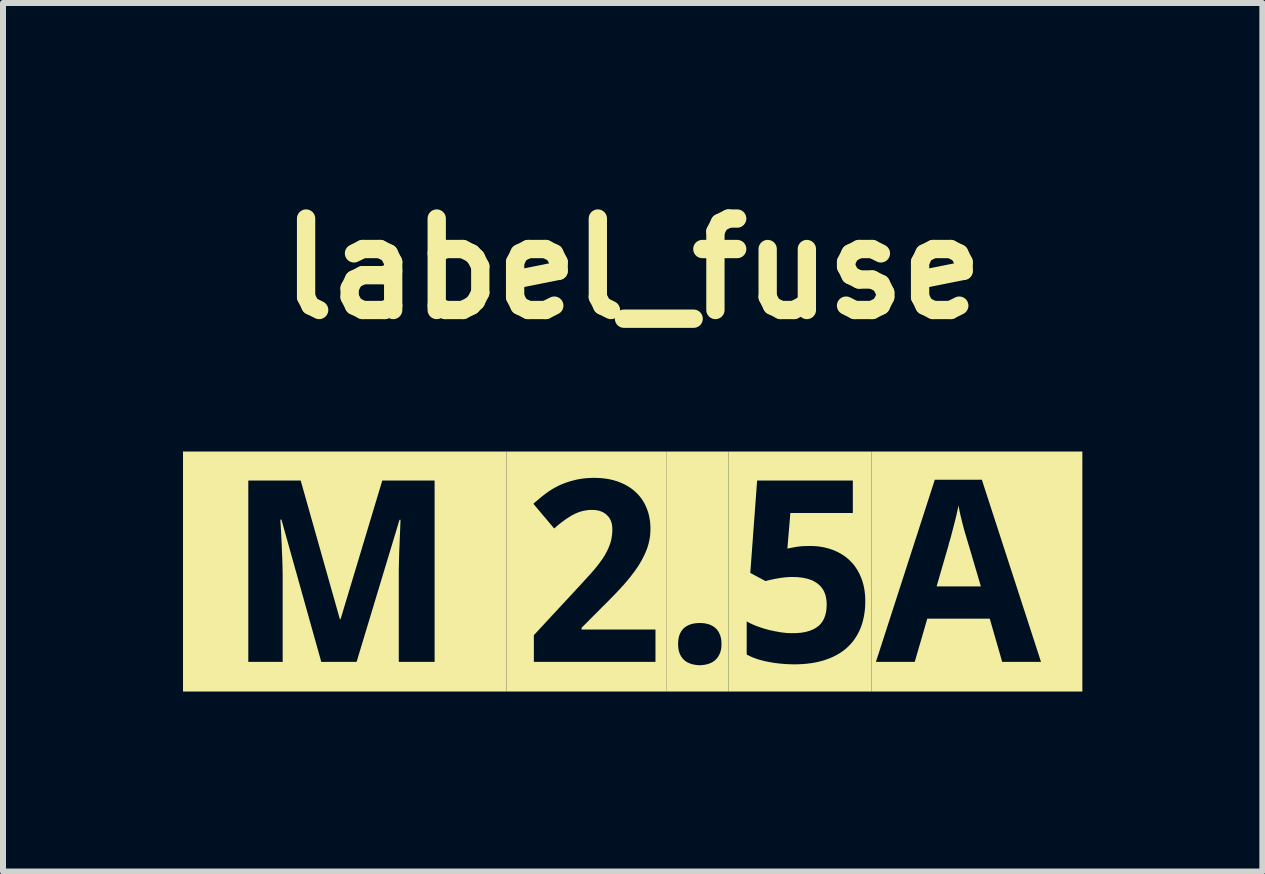
<source format=kicad_pcb>
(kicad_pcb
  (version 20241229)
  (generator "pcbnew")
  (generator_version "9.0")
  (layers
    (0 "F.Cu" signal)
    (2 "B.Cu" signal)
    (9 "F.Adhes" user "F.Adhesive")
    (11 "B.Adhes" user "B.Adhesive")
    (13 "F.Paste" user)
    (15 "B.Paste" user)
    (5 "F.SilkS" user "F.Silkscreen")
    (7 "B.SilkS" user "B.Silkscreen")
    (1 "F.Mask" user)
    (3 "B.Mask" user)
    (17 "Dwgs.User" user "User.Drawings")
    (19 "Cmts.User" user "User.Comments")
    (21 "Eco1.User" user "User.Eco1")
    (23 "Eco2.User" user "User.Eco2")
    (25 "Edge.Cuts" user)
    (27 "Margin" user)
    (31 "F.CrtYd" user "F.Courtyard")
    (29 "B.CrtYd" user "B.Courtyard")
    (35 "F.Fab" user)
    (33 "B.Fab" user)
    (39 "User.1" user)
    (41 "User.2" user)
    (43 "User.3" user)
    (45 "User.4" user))
  (footprint "label_fuse"
    (layer "F.Cu")
    (at 7.494 6.475)
    (property "Reference" "label_fuse" (at 0 -5.048 0) (layer "F.SilkS") (effects (font (size 1.524 1.524) (thickness 0.305))))
    (attr smd)
    (fp_poly (pts (xy 5.035 -1.53) (xy 3.978 -2) (xy 3.978 2) (xy 7.494 2) (xy 7.494 -2) (xy 3.978 -2) (xy 5.035 -1.53) (xy 5.819 -1.53) (xy 6.805 1.505) (xy 6.158 1.505) (xy 5.951 0.785) (xy 4.91 0.785) (xy 4.701 1.505) (xy 4.054 1.505) (xy 5.035 -1.53)) (stroke (width 0) (type solid)) (fill yes) (layer "F.SilkS"))
    (fp_poly (pts (xy 5.431 -1.104) (xy 5.428 -1.092) (xy 5.426 -1.08) (xy 5.423 -1.067) (xy 5.421 -1.054) (xy 5.418 -1.041) (xy 5.414 -1.026) (xy 5.411 -1.012) (xy 5.407 -0.996) (xy 5.405 -0.984) (xy 5.402 -0.971) (xy 5.399 -0.958) (xy 5.397 -0.945) (xy 5.394 -0.932) (xy 5.39 -0.919) (xy 5.387 -0.905) (xy 5.384 -0.892) (xy 5.38 -0.878) (xy 5.377 -0.864) (xy 5.374 -0.852) (xy 5.37 -0.839) (xy 5.367 -0.827) (xy 5.364 -0.814) (xy 5.361 -0.802) (xy 5.358 -0.789) (xy 5.355 -0.776) (xy 5.351 -0.764) (xy 5.348 -0.751) (xy 5.345 -0.738) (xy 5.341 -0.726) (xy 5.338 -0.712) (xy 5.334 -0.698) (xy 5.33 -0.684) (xy 5.327 -0.671) (xy 5.323 -0.657) (xy 5.32 -0.644) (xy 5.317 -0.631) (xy 5.313 -0.619) (xy 5.31 -0.606) (xy 5.307 -0.593) (xy 5.303 -0.58) (xy 5.299 -0.567) (xy 5.296 -0.554) (xy 5.292 -0.541) (xy 5.289 -0.529) (xy 5.285 -0.517) (xy 5.282 -0.506) (xy 5.278 -0.494) (xy 5.275 -0.484) (xy 5.271 -0.469) (xy 5.268 -0.455) (xy 5.264 -0.442) (xy 5.262 -0.432) (xy 5.259 -0.422) (xy 5.257 -0.414) (xy 5.065 0.248) (xy 5.803 0.248) (xy 5.608 -0.414) (xy 5.605 -0.422) (xy 5.603 -0.43) (xy 5.6 -0.44) (xy 5.596 -0.451) (xy 5.593 -0.463) (xy 5.589 -0.475) (xy 5.585 -0.489) (xy 5.581 -0.504) (xy 5.576 -0.519) (xy 5.571 -0.536) (xy 5.568 -0.548) (xy 5.564 -0.56) (xy 5.56 -0.573) (xy 5.557 -0.585) (xy 5.553 -0.598) (xy 5.549 -0.611) (xy 5.545 -0.624) (xy 5.541 -0.638) (xy 5.537 -0.651) (xy 5.533 -0.665) (xy 5.529 -0.679) (xy 5.525 -0.693) (xy 5.521 -0.707) (xy 5.517 -0.721) (xy 5.514 -0.734) (xy 5.51 -0.747) (xy 5.507 -0.76) (xy 5.504 -0.773) (xy 5.5 -0.786) (xy 5.497 -0.799) (xy 5.494 -0.812) (xy 5.491 -0.825) (xy 5.487 -0.838) (xy 5.484 -0.85) (xy 5.481 -0.863) (xy 5.478 -0.876) (xy 5.475 -0.889) (xy 5.472 -0.902) (xy 5.468 -0.915) (xy 5.465 -0.928) (xy 5.462 -0.944) (xy 5.458 -0.959) (xy 5.455 -0.974) (xy 5.452 -0.989) (xy 5.448 -1.003) (xy 5.446 -1.017) (xy 5.443 -1.03) (xy 5.441 -1.044) (xy 5.438 -1.056) (xy 5.436 -1.069) (xy 5.434 -1.081) (xy 5.432 -1.092) (xy 5.431 -1.104) (xy 5.431 -1.104)) (stroke (width 0) (type solid)) (fill yes) (layer "F.SilkS"))
    (fp_poly (pts (xy -7.494 -2) (xy -6.406 -1.517) (xy -5.533 -1.517) (xy -4.88 0.793) (xy -4.868 0.793) (xy -4.173 -1.517) (xy -3.301 -1.517) (xy -3.301 1.505) (xy -3.898 1.505) (xy -3.898 0.074) (xy -3.898 -0.048) (xy -3.898 -0.06) (xy -3.897 -0.073) (xy -3.897 -0.085) (xy -3.897 -0.098) (xy -3.896 -0.111) (xy -3.896 -0.124) (xy -3.896 -0.138) (xy -3.895 -0.151) (xy -3.895 -0.165) (xy -3.895 -0.178) (xy -3.894 -0.192) (xy -3.894 -0.205) (xy -3.894 -0.218) (xy -3.893 -0.231) (xy -3.893 -0.243) (xy -3.893 -0.256) (xy -3.892 -0.269) (xy -3.892 -0.282) (xy -3.891 -0.295) (xy -3.891 -0.308) (xy -3.891 -0.321) (xy -3.89 -0.334) (xy -3.89 -0.348) (xy -3.889 -0.362) (xy -3.889 -0.376) (xy -3.888 -0.39) (xy -3.887 -0.404) (xy -3.887 -0.418) (xy -3.886 -0.432) (xy -3.886 -0.446) (xy -3.885 -0.459) (xy -3.885 -0.473) (xy -3.884 -0.487) (xy -3.884 -0.5) (xy -3.883 -0.514) (xy -3.883 -0.527) (xy -3.882 -0.54) (xy -3.881 -0.554) (xy -3.881 -0.568) (xy -3.88 -0.581) (xy -3.88 -0.595) (xy -3.879 -0.608) (xy -3.878 -0.622) (xy -3.878 -0.636) (xy -3.877 -0.65) (xy -3.877 -0.664) (xy -3.876 -0.677) (xy -3.876 -0.691) (xy -3.875 -0.705) (xy -3.875 -0.719) (xy -3.874 -0.733) (xy -3.874 -0.747) (xy -3.873 -0.762) (xy -3.872 -0.776) (xy -3.872 -0.79) (xy -3.871 -0.804) (xy -3.871 -0.819) (xy -3.87 -0.833) (xy -3.87 -0.847) (xy -3.87 -0.862) (xy -3.886 -0.862) (xy -4.601 1.505) (xy -5.19 1.505) (xy -5.854 -0.866) (xy -5.872 -0.866) (xy -5.871 -0.852) (xy -5.87 -0.838) (xy -5.869 -0.824) (xy -5.869 -0.81) (xy -5.868 -0.796) (xy -5.867 -0.782) (xy -5.866 -0.768) (xy -5.865 -0.755) (xy -5.864 -0.741) (xy -5.864 -0.727) (xy -5.863 -0.713) (xy -5.862 -0.7) (xy -5.861 -0.686) (xy -5.86 -0.672) (xy -5.86 -0.659) (xy -5.859 -0.645) (xy -5.858 -0.631) (xy -5.858 -0.618) (xy -5.857 -0.605) (xy -5.856 -0.591) (xy -5.856 -0.578) (xy -5.855 -0.564) (xy -5.854 -0.551) (xy -5.854 -0.538) (xy -5.853 -0.524) (xy -5.852 -0.511) (xy -5.852 -0.498) (xy -5.851 -0.485) (xy -5.85 -0.472) (xy -5.85 -0.46) (xy -5.849 -0.447) (xy -5.849 -0.434) (xy -5.848 -0.421) (xy -5.848 -0.407) (xy -5.847 -0.394) (xy -5.847 -0.381) (xy -5.846 -0.368) (xy -5.846 -0.354) (xy -5.846 -0.341) (xy -5.845 -0.328) (xy -5.844 -0.314) (xy -5.844 -0.301) (xy -5.843 -0.288) (xy -5.842 -0.274) (xy -5.842 -0.261) (xy -5.841 -0.248) (xy -5.841 -0.235) (xy -5.84 -0.222) (xy -5.84 -0.208) (xy -5.839 -0.195) (xy -5.839 -0.182) (xy -5.838 -0.168) (xy -5.838 -0.154) (xy -5.837 -0.14) (xy -5.837 -0.126) (xy -5.836 -0.112) (xy -5.836 -0.098) (xy -5.836 -0.085) (xy -5.835 -0.071) (xy -5.835 -0.058) (xy -5.835 -0.044) (xy -5.835 -0.031) (xy -5.835 -0.017) (xy -5.834 -0.003) (xy -5.834 0.011) (xy -5.834 0.024) (xy -5.834 0.038) (xy -5.833 0.05) (xy -5.833 0.063) (xy -5.833 0.075) (xy -5.833 0.087) (xy -5.833 0.099) (xy -5.833 1.505) (xy -6.406 1.505) (xy -6.406 -1.517) (xy -7.494 -2) (xy -7.494 2) (xy -2.101 2) (xy -2.101 -2) (xy -7.494 -2)) (stroke (width 0) (type solid)) (fill yes) (layer "F.SilkS"))
    (fp_poly (pts (xy 0.568 -2) (xy 1.121 0.858) (xy 1.135 0.858) (xy 1.149 0.859) (xy 1.163 0.86) (xy 1.177 0.861) (xy 1.191 0.862) (xy 1.204 0.864) (xy 1.218 0.867) (xy 1.231 0.87) (xy 1.244 0.873) (xy 1.257 0.876) (xy 1.27 0.88) (xy 1.283 0.885) (xy 1.295 0.889) (xy 1.307 0.895) (xy 1.319 0.901) (xy 1.33 0.907) (xy 1.341 0.913) (xy 1.352 0.921) (xy 1.362 0.928) (xy 1.373 0.936) (xy 1.382 0.945) (xy 1.392 0.954) (xy 1.4 0.963) (xy 1.409 0.974) (xy 1.417 0.984) (xy 1.425 0.996) (xy 1.432 1.007) (xy 1.439 1.02) (xy 1.445 1.033) (xy 1.451 1.046) (xy 1.456 1.057) (xy 1.46 1.069) (xy 1.464 1.081) (xy 1.467 1.093) (xy 1.47 1.106) (xy 1.473 1.12) (xy 1.475 1.134) (xy 1.477 1.148) (xy 1.478 1.162) (xy 1.479 1.178) (xy 1.48 1.193) (xy 1.48 1.209) (xy 1.48 1.224) (xy 1.479 1.239) (xy 1.478 1.254) (xy 1.477 1.268) (xy 1.475 1.282) (xy 1.473 1.295) (xy 1.47 1.309) (xy 1.467 1.321) (xy 1.464 1.334) (xy 1.46 1.346) (xy 1.456 1.357) (xy 1.451 1.368) (xy 1.445 1.381) (xy 1.439 1.394) (xy 1.432 1.406) (xy 1.425 1.418) (xy 1.417 1.429) (xy 1.409 1.44) (xy 1.4 1.45) (xy 1.392 1.46) (xy 1.382 1.469) (xy 1.373 1.478) (xy 1.362 1.487) (xy 1.352 1.494) (xy 1.341 1.502) (xy 1.33 1.509) (xy 1.319 1.515) (xy 1.307 1.521) (xy 1.295 1.526) (xy 1.283 1.531) (xy 1.27 1.536) (xy 1.257 1.54) (xy 1.244 1.544) (xy 1.231 1.547) (xy 1.218 1.55) (xy 1.204 1.553) (xy 1.191 1.555) (xy 1.177 1.557) (xy 1.163 1.559) (xy 1.149 1.56) (xy 1.135 1.561) (xy 1.121 1.561) (xy 1.107 1.561) (xy 1.093 1.56) (xy 1.08 1.559) (xy 1.066 1.558) (xy 1.053 1.556) (xy 1.04 1.554) (xy 1.027 1.552) (xy 1.015 1.55) (xy 1.002 1.547) (xy 0.99 1.543) (xy 0.978 1.54) (xy 0.965 1.536) (xy 0.952 1.531) (xy 0.94 1.526) (xy 0.928 1.521) (xy 0.916 1.515) (xy 0.904 1.509) (xy 0.893 1.502) (xy 0.883 1.494) (xy 0.872 1.487) (xy 0.862 1.478) (xy 0.852 1.469) (xy 0.843 1.46) (xy 0.834 1.45) (xy 0.826 1.44) (xy 0.818 1.429) (xy 0.81 1.418) (xy 0.803 1.406) (xy 0.796 1.394) (xy 0.79 1.381) (xy 0.784 1.368) (xy 0.78 1.357) (xy 0.776 1.346) (xy 0.772 1.334) (xy 0.769 1.321) (xy 0.766 1.309) (xy 0.764 1.295) (xy 0.762 1.282) (xy 0.76 1.268) (xy 0.759 1.254) (xy 0.758 1.239) (xy 0.757 1.224) (xy 0.757 1.209) (xy 0.757 1.193) (xy 0.758 1.178) (xy 0.759 1.162) (xy 0.76 1.148) (xy 0.762 1.134) (xy 0.764 1.12) (xy 0.766 1.106) (xy 0.769 1.093) (xy 0.772 1.081) (xy 0.776 1.069) (xy 0.78 1.057) (xy 0.784 1.046) (xy 0.79 1.033) (xy 0.796 1.02) (xy 0.803 1.007) (xy 0.81 0.996) (xy 0.818 0.984) (xy 0.826 0.974) (xy 0.834 0.963) (xy 0.843 0.954) (xy 0.852 0.945) (xy 0.862 0.936) (xy 0.872 0.928) (xy 0.883 0.921) (xy 0.893 0.913) (xy 0.904 0.907) (xy 0.916 0.901) (xy 0.928 0.895) (xy 0.94 0.889) (xy 0.952 0.885) (xy 0.965 0.88) (xy 0.978 0.876) (xy 0.99 0.873) (xy 1.002 0.87) (xy 1.015 0.867) (xy 1.027 0.865) (xy 1.04 0.863) (xy 1.053 0.862) (xy 1.066 0.86) (xy 1.08 0.859) (xy 1.093 0.859) (xy 1.107 0.858) (xy 1.121 0.858) (xy 0.568 -2) (xy 0.568 2) (xy 1.599 2) (xy 1.599 -2) (xy 0.568 -2)) (stroke (width 0) (type solid)) (fill yes) (layer "F.SilkS"))
    (fp_poly (pts (xy -2.101 -2) (xy -0.641 -1.561) (xy -0.626 -1.561) (xy -0.611 -1.56) (xy -0.596 -1.56) (xy -0.582 -1.56) (xy -0.567 -1.559) (xy -0.553 -1.558) (xy -0.538 -1.557) (xy -0.524 -1.556) (xy -0.51 -1.555) (xy -0.496 -1.554) (xy -0.482 -1.552) (xy -0.469 -1.55) (xy -0.455 -1.549) (xy -0.442 -1.547) (xy -0.428 -1.545) (xy -0.415 -1.542) (xy -0.402 -1.54) (xy -0.389 -1.538) (xy -0.376 -1.535) (xy -0.363 -1.532) (xy -0.35 -1.529) (xy -0.337 -1.526) (xy -0.325 -1.523) (xy -0.312 -1.52) (xy -0.3 -1.516) (xy -0.288 -1.512) (xy -0.276 -1.509) (xy -0.264 -1.505) (xy -0.252 -1.501) (xy -0.238 -1.496) (xy -0.224 -1.491) (xy -0.211 -1.486) (xy -0.198 -1.48) (xy -0.185 -1.475) (xy -0.172 -1.469) (xy -0.159 -1.463) (xy -0.146 -1.457) (xy -0.134 -1.451) (xy -0.121 -1.445) (xy -0.109 -1.438) (xy -0.097 -1.431) (xy -0.085 -1.424) (xy -0.074 -1.417) (xy -0.062 -1.41) (xy -0.051 -1.403) (xy -0.04 -1.395) (xy -0.029 -1.388) (xy -0.018 -1.38) (xy -0.007 -1.372) (xy 0.003 -1.364) (xy 0.014 -1.355) (xy 0.024 -1.347) (xy 0.034 -1.338) (xy 0.044 -1.329) (xy 0.054 -1.32) (xy 0.063 -1.311) (xy 0.073 -1.301) (xy 0.083 -1.291) (xy 0.092 -1.282) (xy 0.101 -1.271) (xy 0.11 -1.261) (xy 0.118 -1.251) (xy 0.127 -1.24) (xy 0.135 -1.23) (xy 0.143 -1.219) (xy 0.151 -1.208) (xy 0.159 -1.197) (xy 0.166 -1.185) (xy 0.174 -1.174) (xy 0.181 -1.162) (xy 0.187 -1.15) (xy 0.194 -1.138) (xy 0.201 -1.126) (xy 0.207 -1.114) (xy 0.213 -1.101) (xy 0.219 -1.088) (xy 0.224 -1.075) (xy 0.23 -1.062) (xy 0.235 -1.05) (xy 0.24 -1.038) (xy 0.244 -1.026) (xy 0.249 -1.013) (xy 0.253 -1.001) (xy 0.257 -0.988) (xy 0.261 -0.975) (xy 0.264 -0.962) (xy 0.268 -0.949) (xy 0.271 -0.936) (xy 0.274 -0.923) (xy 0.277 -0.909) (xy 0.279 -0.896) (xy 0.282 -0.882) (xy 0.284 -0.868) (xy 0.286 -0.854) (xy 0.288 -0.84) (xy 0.29 -0.826) (xy 0.291 -0.812) (xy 0.292 -0.798) (xy 0.294 -0.783) (xy 0.294 -0.769) (xy 0.295 -0.754) (xy 0.296 -0.739) (xy 0.296 -0.724) (xy 0.296 -0.709) (xy 0.296 -0.695) (xy 0.296 -0.681) (xy 0.295 -0.667) (xy 0.294 -0.653) (xy 0.293 -0.639) (xy 0.292 -0.625) (xy 0.291 -0.611) (xy 0.29 -0.597) (xy 0.288 -0.583) (xy 0.286 -0.569) (xy 0.284 -0.555) (xy 0.282 -0.542) (xy 0.279 -0.528) (xy 0.276 -0.514) (xy 0.273 -0.501) (xy 0.27 -0.487) (xy 0.267 -0.474) (xy 0.264 -0.461) (xy 0.26 -0.447) (xy 0.256 -0.434) (xy 0.252 -0.421) (xy 0.248 -0.407) (xy 0.243 -0.394) (xy 0.239 -0.381) (xy 0.234 -0.368) (xy 0.229 -0.356) (xy 0.224 -0.343) (xy 0.219 -0.331) (xy 0.214 -0.318) (xy 0.208 -0.306) (xy 0.203 -0.294) (xy 0.197 -0.281) (xy 0.191 -0.269) (xy 0.185 -0.257) (xy 0.179 -0.245) (xy 0.173 -0.232) (xy 0.167 -0.22) (xy 0.16 -0.208) (xy 0.154 -0.196) (xy 0.147 -0.183) (xy 0.14 -0.171) (xy 0.133 -0.159) (xy 0.126 -0.147) (xy 0.119 -0.135) (xy 0.112 -0.123) (xy 0.104 -0.11) (xy 0.096 -0.098) (xy 0.089 -0.086) (xy 0.081 -0.074) (xy 0.073 -0.062) (xy 0.064 -0.05) (xy 0.057 -0.039) (xy 0.049 -0.028) (xy 0.042 -0.018) (xy 0.034 -0.007) (xy 0.026 0.004) (xy 0.018 0.014) (xy 0.011 0.025) (xy 0.002 0.036) (xy -0.006 0.046) (xy -0.014 0.057) (xy -0.022 0.068) (xy -0.031 0.079) (xy -0.039 0.089) (xy -0.048 0.1) (xy -0.056 0.111) (xy -0.065 0.121) (xy -0.074 0.132) (xy -0.083 0.143) (xy -0.092 0.153) (xy -0.101 0.164) (xy -0.11 0.175) (xy -0.119 0.186) (xy -0.128 0.196) (xy -0.138 0.207) (xy -0.147 0.218) (xy -0.157 0.228) (xy -0.166 0.239) (xy -0.176 0.25) (xy -0.186 0.26) (xy -0.195 0.27) (xy -0.204 0.28) (xy -0.213 0.29) (xy -0.222 0.3) (xy -0.232 0.31) (xy -0.241 0.32) (xy -0.25 0.33) (xy -0.26 0.34) (xy -0.269 0.35) (xy -0.279 0.36) (xy -0.288 0.37) (xy -0.298 0.38) (xy -0.307 0.39) (xy -0.317 0.4) (xy -0.327 0.41) (xy -0.337 0.42) (xy -0.346 0.43) (xy -0.356 0.44) (xy -0.366 0.45) (xy -0.376 0.46) (xy -0.386 0.47) (xy -0.396 0.481) (xy -0.406 0.491) (xy -0.416 0.501) (xy -0.426 0.511) (xy -0.436 0.521) (xy -0.447 0.531) (xy -0.457 0.542) (xy -0.467 0.552) (xy -0.477 0.562) (xy -0.488 0.572) (xy -0.852 0.938) (xy -0.852 0.967) (xy 0.38 0.967) (xy 0.38 1.505) (xy -1.647 1.505) (xy -1.647 1.06) (xy -0.936 0.294) (xy -0.926 0.282) (xy -0.915 0.271) (xy -0.905 0.26) (xy -0.895 0.25) (xy -0.885 0.239) (xy -0.875 0.228) (xy -0.865 0.217) (xy -0.856 0.207) (xy -0.846 0.196) (xy -0.836 0.186) (xy -0.827 0.175) (xy -0.817 0.165) (xy -0.808 0.154) (xy -0.799 0.144) (xy -0.789 0.134) (xy -0.78 0.124) (xy -0.771 0.114) (xy -0.762 0.104) (xy -0.753 0.094) (xy -0.744 0.084) (xy -0.735 0.074) (xy -0.727 0.065) (xy -0.718 0.055) (xy -0.709 0.046) (xy -0.701 0.036) (xy -0.692 0.027) (xy -0.682 0.016) (xy -0.673 0.005) (xy -0.663 -0.006) (xy -0.654 -0.017) (xy -0.644 -0.028) (xy -0.635 -0.039) (xy -0.626 -0.05) (xy -0.617 -0.061) (xy -0.608 -0.072) (xy -0.599 -0.083) (xy -0.591 -0.094) (xy -0.582 -0.104) (xy -0.574 -0.115) (xy -0.566 -0.126) (xy -0.557 -0.137) (xy -0.549 -0.147) (xy -0.542 -0.158) (xy -0.534 -0.169) (xy -0.526 -0.179) (xy -0.519 -0.19) (xy -0.512 -0.2) (xy -0.504 -0.211) (xy -0.496 -0.223) (xy -0.488 -0.235) (xy -0.48 -0.248) (xy -0.473 -0.26) (xy -0.465 -0.272) (xy -0.458 -0.284) (xy -0.451 -0.297) (xy -0.444 -0.309) (xy -0.438 -0.322) (xy -0.431 -0.334) (xy -0.425 -0.346) (xy -0.419 -0.359) (xy -0.413 -0.371) (xy -0.407 -0.384) (xy -0.402 -0.396) (xy -0.397 -0.409) (xy -0.392 -0.422) (xy -0.387 -0.434) (xy -0.382 -0.447) (xy -0.378 -0.459) (xy -0.373 -0.472) (xy -0.369 -0.485) (xy -0.366 -0.498) (xy -0.362 -0.511) (xy -0.359 -0.524) (xy -0.356 -0.537) (xy -0.353 -0.551) (xy -0.351 -0.564) (xy -0.349 -0.578) (xy -0.347 -0.592) (xy -0.345 -0.605) (xy -0.343 -0.619) (xy -0.342 -0.633) (xy -0.341 -0.647) (xy -0.34 -0.661) (xy -0.339 -0.676) (xy -0.339 -0.69) (xy -0.339 -0.705) (xy -0.339 -0.72) (xy -0.34 -0.735) (xy -0.341 -0.749) (xy -0.343 -0.763) (xy -0.345 -0.777) (xy -0.347 -0.79) (xy -0.35 -0.804) (xy -0.354 -0.816) (xy -0.358 -0.829) (xy -0.362 -0.841) (xy -0.367 -0.853) (xy -0.372 -0.864) (xy -0.378 -0.875) (xy -0.384 -0.886) (xy -0.391 -0.896) (xy -0.398 -0.906) (xy -0.406 -0.916) (xy -0.414 -0.925) (xy -0.423 -0.934) (xy -0.432 -0.943) (xy -0.441 -0.951) (xy -0.45 -0.959) (xy -0.46 -0.966) (xy -0.471 -0.973) (xy -0.481 -0.98) (xy -0.492 -0.986) (xy -0.503 -0.992) (xy -0.515 -0.997) (xy -0.527 -1.002) (xy -0.539 -1.006) (xy -0.551 -1.01) (xy -0.564 -1.014) (xy -0.577 -1.017) (xy -0.591 -1.02) (xy -0.604 -1.022) (xy -0.619 -1.024) (xy -0.633 -1.025) (xy -0.648 -1.026) (xy -0.663 -1.027) (xy -0.678 -1.027) (xy -0.692 -1.027) (xy -0.705 -1.027) (xy -0.719 -1.026) (xy -0.732 -1.025) (xy -0.745 -1.024) (xy -0.759 -1.022) (xy -0.772 -1.02) (xy -0.785 -1.018) (xy -0.799 -1.016) (xy -0.812 -1.013) (xy -0.825 -1.01) (xy -0.838 -1.007) (xy -0.851 -1.004) (xy -0.864 -1) (xy -0.877 -0.996) (xy -0.89 -0.991) (xy -0.903 -0.987) (xy -0.916 -0.982) (xy -0.929 -0.977) (xy -0.942 -0.971) (xy -0.954 -0.966) (xy -0.967 -0.96) (xy -0.98 -0.953) (xy -0.992 -0.947) (xy -1.003 -0.941) (xy -1.014 -0.935) (xy -1.025 -0.929) (xy -1.036 -0.922) (xy -1.047 -0.916) (xy -1.057 -0.909) (xy -1.068 -0.902) (xy -1.08 -0.895) (xy -1.091 -0.888) (xy -1.102 -0.88) (xy -1.113 -0.873) (xy -1.124 -0.865) (xy -1.135 -0.857) (xy -1.146 -0.849) (xy -1.158 -0.841) (xy -1.169 -0.832) (xy -1.18 -0.824) (xy -1.192 -0.815) (xy -1.203 -0.806) (xy -1.215 -0.797) (xy -1.226 -0.788) (xy -1.238 -0.778) (xy -1.249 -0.768) (xy -1.261 -0.759) (xy -1.273 -0.749) (xy -1.284 -0.738) (xy -1.296 -0.728) (xy -1.308 -0.717) (xy -1.655 -1.129) (xy -1.645 -1.138) (xy -1.635 -1.147) (xy -1.624 -1.157) (xy -1.614 -1.166) (xy -1.603 -1.175) (xy -1.592 -1.184) (xy -1.582 -1.193) (xy -1.571 -1.202) (xy -1.56 -1.211) (xy -1.55 -1.22) (xy -1.539 -1.229) (xy -1.528 -1.238) (xy -1.517 -1.247) (xy -1.506 -1.256) (xy -1.495 -1.264) (xy -1.484 -1.273) (xy -1.472 -1.282) (xy -1.461 -1.29) (xy -1.451 -1.298) (xy -1.44 -1.306) (xy -1.429 -1.314) (xy -1.418 -1.322) (xy -1.407 -1.33) (xy -1.395 -1.338) (xy -1.384 -1.345) (xy -1.372 -1.353) (xy -1.361 -1.36) (xy -1.349 -1.368) (xy -1.337 -1.375) (xy -1.325 -1.382) (xy -1.313 -1.389) (xy -1.301 -1.396) (xy -1.288 -1.402) (xy -1.276 -1.409) (xy -1.263 -1.416) (xy -1.251 -1.422) (xy -1.238 -1.428) (xy -1.226 -1.434) (xy -1.215 -1.44) (xy -1.203 -1.445) (xy -1.191 -1.45) (xy -1.179 -1.456) (xy -1.166 -1.461) (xy -1.154 -1.466) (xy -1.141 -1.47) (xy -1.129 -1.475) (xy -1.116 -1.48) (xy -1.103 -1.484) (xy -1.09 -1.489) (xy -1.077 -1.493) (xy -1.064 -1.497) (xy -1.051 -1.501) (xy -1.038 -1.505) (xy -1.024 -1.509) (xy -1.01 -1.513) (xy -0.997 -1.516) (xy -0.983 -1.52) (xy -0.969 -1.523) (xy -0.957 -1.526) (xy -0.944 -1.529) (xy -0.932 -1.532) (xy -0.919 -1.535) (xy -0.906 -1.537) (xy -0.893 -1.54) (xy -0.88 -1.542) (xy -0.867 -1.544) (xy -0.854 -1.546) (xy -0.841 -1.548) (xy -0.827 -1.55) (xy -0.814 -1.551) (xy -0.8 -1.553) (xy -0.786 -1.554) (xy -0.772 -1.555) (xy -0.758 -1.557) (xy -0.744 -1.558) (xy -0.729 -1.558) (xy -0.715 -1.559) (xy -0.7 -1.56) (xy -0.685 -1.56) (xy -0.671 -1.561) (xy -0.656 -1.561) (xy -0.641 -1.561) (xy -2.101 -2) (xy -2.101 2) (xy 0.568 2) (xy 0.568 -2) (xy -2.101 -2)) (stroke (width 0) (type solid)) (fill yes) (layer "F.SilkS"))
    (fp_poly (pts (xy 1.599 -2) (xy 2.074 -1.517) (xy 3.669 -1.517) (xy 3.669 -0.976) (xy 2.628 -0.976) (xy 2.578 -0.382) (xy 2.589 -0.385) (xy 2.601 -0.387) (xy 2.612 -0.39) (xy 2.624 -0.392) (xy 2.637 -0.394) (xy 2.649 -0.397) (xy 2.662 -0.399) (xy 2.675 -0.402) (xy 2.689 -0.404) (xy 2.702 -0.407) (xy 2.716 -0.409) (xy 2.731 -0.411) (xy 2.741 -0.413) (xy 2.752 -0.415) (xy 2.764 -0.416) (xy 2.775 -0.417) (xy 2.787 -0.419) (xy 2.8 -0.42) (xy 2.812 -0.421) (xy 2.825 -0.422) (xy 2.839 -0.423) (xy 2.853 -0.423) (xy 2.867 -0.424) (xy 2.881 -0.425) (xy 2.896 -0.425) (xy 2.911 -0.425) (xy 2.926 -0.426) (xy 2.942 -0.426) (xy 2.958 -0.426) (xy 2.973 -0.426) (xy 2.987 -0.425) (xy 3.001 -0.425) (xy 3.015 -0.424) (xy 3.029 -0.424) (xy 3.043 -0.423) (xy 3.057 -0.422) (xy 3.071 -0.421) (xy 3.085 -0.419) (xy 3.099 -0.418) (xy 3.112 -0.416) (xy 3.126 -0.414) (xy 3.139 -0.412) (xy 3.153 -0.41) (xy 3.166 -0.407) (xy 3.179 -0.405) (xy 3.192 -0.402) (xy 3.205 -0.399) (xy 3.218 -0.396) (xy 3.231 -0.393) (xy 3.244 -0.389) (xy 3.257 -0.386) (xy 3.27 -0.382) (xy 3.282 -0.378) (xy 3.295 -0.374) (xy 3.308 -0.37) (xy 3.32 -0.366) (xy 3.333 -0.361) (xy 3.346 -0.356) (xy 3.36 -0.351) (xy 3.372 -0.345) (xy 3.385 -0.34) (xy 3.398 -0.334) (xy 3.41 -0.328) (xy 3.423 -0.322) (xy 3.435 -0.315) (xy 3.447 -0.309) (xy 3.459 -0.302) (xy 3.471 -0.296) (xy 3.482 -0.289) (xy 3.494 -0.281) (xy 3.505 -0.274) (xy 3.517 -0.266) (xy 3.528 -0.259) (xy 3.539 -0.251) (xy 3.55 -0.243) (xy 3.56 -0.234) (xy 3.571 -0.226) (xy 3.581 -0.217) (xy 3.591 -0.209) (xy 3.602 -0.2) (xy 3.612 -0.19) (xy 3.621 -0.181) (xy 3.63 -0.172) (xy 3.639 -0.163) (xy 3.648 -0.153) (xy 3.657 -0.144) (xy 3.666 -0.134) (xy 3.674 -0.124) (xy 3.683 -0.114) (xy 3.691 -0.103) (xy 3.699 -0.093) (xy 3.707 -0.082) (xy 3.714 -0.071) (xy 3.722 -0.06) (xy 3.729 -0.049) (xy 3.737 -0.038) (xy 3.744 -0.026) (xy 3.751 -0.014) (xy 3.757 -0.002) (xy 3.764 0.01) (xy 3.77 0.022) (xy 3.777 0.034) (xy 3.783 0.047) (xy 3.789 0.06) (xy 3.794 0.073) (xy 3.8 0.086) (xy 3.806 0.099) (xy 3.81 0.111) (xy 3.815 0.123) (xy 3.819 0.135) (xy 3.824 0.147) (xy 3.828 0.16) (xy 3.832 0.172) (xy 3.835 0.185) (xy 3.839 0.198) (xy 3.843 0.211) (xy 3.846 0.224) (xy 3.849 0.237) (xy 3.852 0.25) (xy 3.855 0.263) (xy 3.857 0.277) (xy 3.86 0.29) (xy 3.862 0.304) (xy 3.864 0.318) (xy 3.866 0.332) (xy 3.868 0.346) (xy 3.869 0.36) (xy 3.871 0.375) (xy 3.872 0.389) (xy 3.873 0.404) (xy 3.874 0.419) (xy 3.875 0.434) (xy 3.875 0.449) (xy 3.876 0.464) (xy 3.876 0.479) (xy 3.876 0.494) (xy 3.876 0.509) (xy 3.876 0.524) (xy 3.876 0.538) (xy 3.875 0.553) (xy 3.874 0.568) (xy 3.874 0.582) (xy 3.873 0.596) (xy 3.872 0.61) (xy 3.87 0.625) (xy 3.869 0.639) (xy 3.868 0.653) (xy 3.866 0.666) (xy 3.864 0.68) (xy 3.862 0.694) (xy 3.86 0.707) (xy 3.858 0.721) (xy 3.856 0.734) (xy 3.853 0.748) (xy 3.851 0.761) (xy 3.848 0.774) (xy 3.845 0.787) (xy 3.842 0.8) (xy 3.839 0.813) (xy 3.836 0.825) (xy 3.832 0.838) (xy 3.829 0.851) (xy 3.825 0.863) (xy 3.821 0.876) (xy 3.817 0.888) (xy 3.813 0.9) (xy 3.809 0.912) (xy 3.804 0.924) (xy 3.8 0.936) (xy 3.794 0.95) (xy 3.789 0.963) (xy 3.783 0.976) (xy 3.777 0.989) (xy 3.771 1.002) (xy 3.765 1.014) (xy 3.758 1.027) (xy 3.752 1.039) (xy 3.745 1.051) (xy 3.738 1.063) (xy 3.731 1.075) (xy 3.724 1.087) (xy 3.716 1.099) (xy 3.709 1.11) (xy 3.701 1.122) (xy 3.693 1.133) (xy 3.685 1.144) (xy 3.677 1.155) (xy 3.668 1.166) (xy 3.66 1.177) (xy 3.651 1.187) (xy 3.642 1.198) (xy 3.633 1.208) (xy 3.623 1.218) (xy 3.614 1.228) (xy 3.604 1.238) (xy 3.594 1.248) (xy 3.584 1.257) (xy 3.574 1.267) (xy 3.564 1.276) (xy 3.555 1.284) (xy 3.545 1.292) (xy 3.534 1.301) (xy 3.524 1.309) (xy 3.514 1.317) (xy 3.503 1.324) (xy 3.492 1.332) (xy 3.482 1.34) (xy 3.471 1.347) (xy 3.459 1.355) (xy 3.448 1.362) (xy 3.437 1.369) (xy 3.425 1.376) (xy 3.413 1.382) (xy 3.401 1.389) (xy 3.389 1.396) (xy 3.377 1.402) (xy 3.365 1.408) (xy 3.352 1.415) (xy 3.339 1.421) (xy 3.327 1.426) (xy 3.314 1.432) (xy 3.3 1.438) (xy 3.287 1.443) (xy 3.274 1.449) (xy 3.26 1.454) (xy 3.246 1.459) (xy 3.232 1.464) (xy 3.218 1.469) (xy 3.204 1.474) (xy 3.192 1.478) (xy 3.18 1.481) (xy 3.168 1.485) (xy 3.156 1.488) (xy 3.144 1.492) (xy 3.131 1.495) (xy 3.119 1.498) (xy 3.106 1.502) (xy 3.094 1.505) (xy 3.081 1.507) (xy 3.068 1.51) (xy 3.055 1.513) (xy 3.042 1.516) (xy 3.029 1.518) (xy 3.016 1.52) (xy 3.002 1.523) (xy 2.989 1.525) (xy 2.975 1.527) (xy 2.962 1.529) (xy 2.948 1.531) (xy 2.934 1.532) (xy 2.92 1.534) (xy 2.906 1.536) (xy 2.892 1.537) (xy 2.878 1.538) (xy 2.864 1.54) (xy 2.849 1.541) (xy 2.835 1.542) (xy 2.82 1.543) (xy 2.805 1.543) (xy 2.791 1.544) (xy 2.776 1.545) (xy 2.761 1.545) (xy 2.746 1.545) (xy 2.73 1.546) (xy 2.715 1.546) (xy 2.7 1.546) (xy 2.686 1.546) (xy 2.673 1.546) (xy 2.66 1.546) (xy 2.646 1.545) (xy 2.633 1.545) (xy 2.62 1.545) (xy 2.607 1.544) (xy 2.593 1.544) (xy 2.58 1.543) (xy 2.567 1.543) (xy 2.553 1.542) (xy 2.54 1.541) (xy 2.527 1.54) (xy 2.514 1.539) (xy 2.501 1.538) (xy 2.488 1.537) (xy 2.474 1.536) (xy 2.46 1.535) (xy 2.447 1.533) (xy 2.433 1.532) (xy 2.419 1.53) (xy 2.405 1.528) (xy 2.392 1.527) (xy 2.378 1.525) (xy 2.365 1.523) (xy 2.351 1.521) (xy 2.338 1.519) (xy 2.325 1.517) (xy 2.312 1.514) (xy 2.298 1.512) (xy 2.285 1.51) (xy 2.272 1.507) (xy 2.259 1.505) (xy 2.246 1.502) (xy 2.233 1.499) (xy 2.219 1.497) (xy 2.206 1.494) (xy 2.193 1.491) (xy 2.18 1.488) (xy 2.167 1.484) (xy 2.154 1.481) (xy 2.141 1.478) (xy 2.128 1.474) (xy 2.116 1.471) (xy 2.103 1.467) (xy 2.09 1.463) (xy 2.078 1.459) (xy 2.065 1.455) (xy 2.052 1.45) (xy 2.038 1.445) (xy 2.024 1.44) (xy 2.011 1.435) (xy 1.998 1.43) (xy 1.985 1.424) (xy 1.972 1.419) (xy 1.96 1.413) (xy 1.947 1.407) (xy 1.935 1.401) (xy 1.923 1.395) (xy 1.912 1.389) (xy 1.9 1.383) (xy 1.9 0.831) (xy 1.91 0.837) (xy 1.921 0.843) (xy 1.932 0.848) (xy 1.943 0.854) (xy 1.954 0.86) (xy 1.966 0.866) (xy 1.978 0.871) (xy 1.99 0.877) (xy 2.002 0.882) (xy 2.015 0.888) (xy 2.027 0.893) (xy 2.04 0.899) (xy 2.054 0.904) (xy 2.067 0.909) (xy 2.08 0.914) (xy 2.093 0.918) (xy 2.105 0.923) (xy 2.118 0.927) (xy 2.131 0.932) (xy 2.144 0.936) (xy 2.157 0.94) (xy 2.17 0.945) (xy 2.184 0.949) (xy 2.197 0.953) (xy 2.21 0.957) (xy 2.224 0.96) (xy 2.237 0.964) (xy 2.25 0.968) (xy 2.264 0.972) (xy 2.278 0.975) (xy 2.291 0.978) (xy 2.305 0.981) (xy 2.319 0.984) (xy 2.333 0.987) (xy 2.347 0.99) (xy 2.36 0.993) (xy 2.374 0.996) (xy 2.388 0.998) (xy 2.402 1.001) (xy 2.415 1.003) (xy 2.429 1.006) (xy 2.443 1.008) (xy 2.457 1.011) (xy 2.471 1.013) (xy 2.485 1.015) (xy 2.5 1.017) (xy 2.514 1.018) (xy 2.529 1.02) (xy 2.543 1.021) (xy 2.557 1.023) (xy 2.571 1.024) (xy 2.585 1.025) (xy 2.599 1.025) (xy 2.613 1.026) (xy 2.626 1.027) (xy 2.64 1.027) (xy 2.653 1.027) (xy 2.667 1.027) (xy 2.683 1.027) (xy 2.7 1.027) (xy 2.716 1.026) (xy 2.732 1.026) (xy 2.748 1.025) (xy 2.763 1.023) (xy 2.778 1.022) (xy 2.793 1.021) (xy 2.808 1.019) (xy 2.823 1.017) (xy 2.837 1.015) (xy 2.851 1.012) (xy 2.864 1.01) (xy 2.878 1.007) (xy 2.891 1.004) (xy 2.904 1.001) (xy 2.917 0.997) (xy 2.93 0.993) (xy 2.942 0.99) (xy 2.954 0.986) (xy 2.966 0.981) (xy 2.977 0.977) (xy 2.989 0.972) (xy 3 0.967) (xy 3.011 0.962) (xy 3.021 0.957) (xy 3.031 0.951) (xy 3.042 0.945) (xy 3.051 0.94) (xy 3.061 0.933) (xy 3.07 0.927) (xy 3.08 0.92) (xy 3.088 0.914) (xy 3.098 0.906) (xy 3.107 0.898) (xy 3.116 0.889) (xy 3.124 0.88) (xy 3.133 0.871) (xy 3.141 0.862) (xy 3.148 0.852) (xy 3.155 0.842) (xy 3.162 0.832) (xy 3.169 0.822) (xy 3.175 0.811) (xy 3.181 0.799) (xy 3.187 0.788) (xy 3.192 0.776) (xy 3.197 0.764) (xy 3.201 0.752) (xy 3.206 0.739) (xy 3.21 0.726) (xy 3.214 0.713) (xy 3.217 0.699) (xy 3.22 0.686) (xy 3.223 0.671) (xy 3.225 0.657) (xy 3.227 0.642) (xy 3.229 0.627) (xy 3.23 0.612) (xy 3.231 0.596) (xy 3.232 0.58) (xy 3.233 0.564) (xy 3.233 0.548) (xy 3.233 0.532) (xy 3.232 0.516) (xy 3.231 0.501) (xy 3.23 0.486) (xy 3.228 0.471) (xy 3.226 0.457) (xy 3.224 0.443) (xy 3.221 0.429) (xy 3.218 0.415) (xy 3.215 0.402) (xy 3.211 0.389) (xy 3.207 0.376) (xy 3.202 0.364) (xy 3.197 0.351) (xy 3.192 0.339) (xy 3.187 0.328) (xy 3.181 0.316) (xy 3.174 0.305) (xy 3.168 0.294) (xy 3.16 0.284) (xy 3.153 0.273) (xy 3.145 0.263) (xy 3.137 0.253) (xy 3.128 0.244) (xy 3.12 0.235) (xy 3.11 0.226) (xy 3.101 0.217) (xy 3.091 0.209) (xy 3.082 0.202) (xy 3.074 0.195) (xy 3.065 0.189) (xy 3.055 0.183) (xy 3.046 0.177) (xy 3.036 0.171) (xy 3.026 0.165) (xy 3.016 0.16) (xy 3.005 0.154) (xy 2.994 0.149) (xy 2.983 0.145) (xy 2.972 0.14) (xy 2.96 0.136) (xy 2.948 0.132) (xy 2.936 0.128) (xy 2.924 0.124) (xy 2.911 0.12) (xy 2.898 0.117) (xy 2.885 0.114) (xy 2.871 0.111) (xy 2.858 0.108) (xy 2.844 0.105) (xy 2.829 0.103) (xy 2.815 0.101) (xy 2.8 0.099) (xy 2.785 0.097) (xy 2.769 0.096) (xy 2.754 0.094) (xy 2.738 0.093) (xy 2.722 0.092) (xy 2.705 0.092) (xy 2.688 0.091) (xy 2.671 0.091) (xy 2.654 0.091) (xy 2.642 0.091) (xy 2.63 0.091) (xy 2.617 0.091) (xy 2.605 0.092) (xy 2.592 0.093) (xy 2.579 0.094) (xy 2.565 0.095) (xy 2.552 0.096) (xy 2.538 0.097) (xy 2.525 0.099) (xy 2.512 0.1) (xy 2.498 0.102) (xy 2.485 0.104) (xy 2.472 0.105) (xy 2.459 0.107) (xy 2.445 0.109) (xy 2.432 0.112) (xy 2.419 0.114) (xy 2.406 0.116) (xy 2.393 0.119) (xy 2.381 0.121) (xy 2.368 0.123) (xy 2.356 0.126) (xy 2.343 0.128) (xy 2.331 0.131) (xy 2.319 0.134) (xy 2.307 0.136) (xy 2.292 0.139) (xy 2.277 0.142) (xy 2.264 0.146) (xy 2.25 0.149) (xy 2.238 0.152) (xy 2.226 0.156) (xy 2.214 0.159) (xy 1.96 0.023) (xy 2.074 -1.517) (xy 1.599 -2) (xy 1.599 2) (xy 3.978 2) (xy 3.978 -2) (xy 1.599 -2)) (stroke (width 0) (type solid)) (fill yes) (layer "F.SilkS")))
  (gr_rect
    (start -3 -3)
    (end 17.988 11.475)
    (stroke (width 0.1) (type default))
    (fill no)
    (layer "Edge.Cuts")))
</source>
